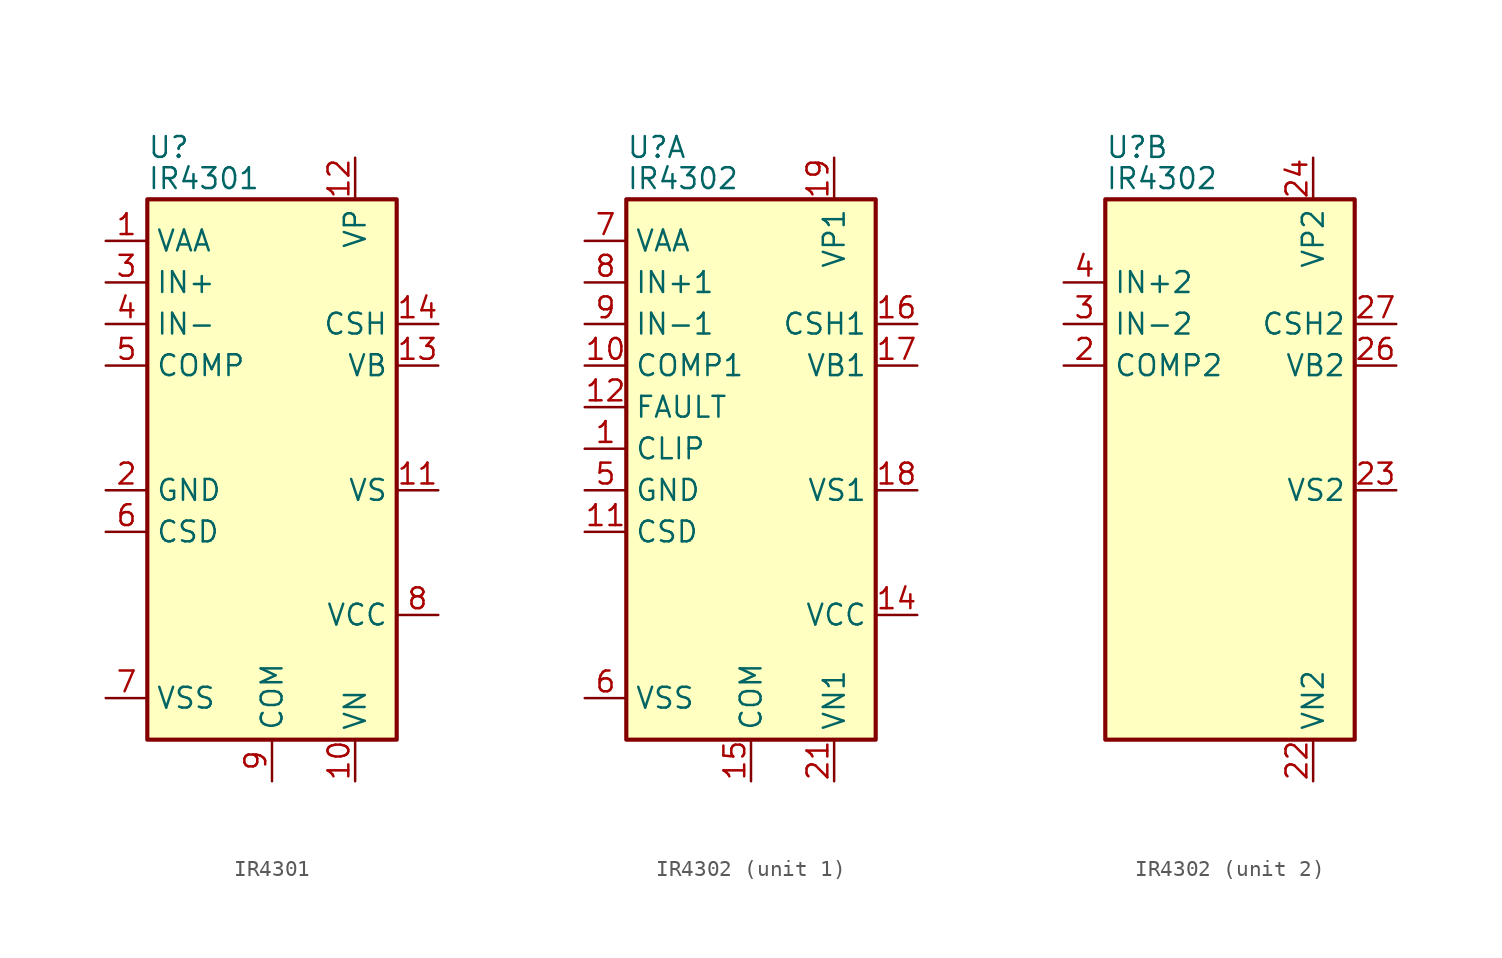
<source format=kicad_sym>
(kicad_symbol_lib
  (version 20200908)
  (generator kicad_symbol_editor)
  (symbol "Amplifier_Audio:IR4301"
    (property "Reference" "U"
      (at -7.62 20.955 0)
      (effects (font (size 1.27 1.27)) (justify left)))
    (property "Value" "IR4301"
      (at -7.62 19.05 0)
      (effects (font (size 1.27 1.27)) (justify left)))
    (symbol "IR4301_0_1"
      (rectangle (start -7.62 -15.24) (end 7.62 17.78) (stroke (width 0.254)) (fill (type background))))
    (symbol "IR4301_1_1"
      (pin power_in line (at -10.16 15.24 0) (length 2.54) (name "VAA" (effects (font (size 1.27 1.27)))) (number "1" (effects (font (size 1.27 1.27)))))
      (pin power_in line (at 5.08 -17.78 90) (length 2.54) (name "VN" (effects (font (size 1.27 1.27)))) (number "10" (effects (font (size 1.27 1.27)))))
      (pin output line (at 10.16 0 180) (length 2.54) (name "VS" (effects (font (size 1.27 1.27)))) (number "11" (effects (font (size 1.27 1.27)))))
      (pin power_in line (at 5.08 20.32 270) (length 2.54) (name "VP" (effects (font (size 1.27 1.27)))) (number "12" (effects (font (size 1.27 1.27)))))
      (pin power_in line (at 10.16 7.62 180) (length 2.54) (name "VB" (effects (font (size 1.27 1.27)))) (number "13" (effects (font (size 1.27 1.27)))))
      (pin passive line (at 10.16 10.16 180) (length 2.54) (name "CSH" (effects (font (size 1.27 1.27)))) (number "14" (effects (font (size 1.27 1.27)))))
      (pin passive line (at 0 -17.78 90) (length 2.54) hide (name "COM" (effects (font (size 1.27 1.27)))) (number "15" (effects (font (size 1.27 1.27)))))
      (pin power_in line (at -10.16 0 0) (length 2.54) (name "GND" (effects (font (size 1.27 1.27)))) (number "2" (effects (font (size 1.27 1.27)))))
      (pin input line (at -10.16 12.7 0) (length 2.54) (name "IN+" (effects (font (size 1.27 1.27)))) (number "3" (effects (font (size 1.27 1.27)))))
      (pin input line (at -10.16 10.16 0) (length 2.54) (name "IN-" (effects (font (size 1.27 1.27)))) (number "4" (effects (font (size 1.27 1.27)))))
      (pin output line (at -10.16 7.62 0) (length 2.54) (name "COMP" (effects (font (size 1.27 1.27)))) (number "5" (effects (font (size 1.27 1.27)))))
      (pin passive line (at -10.16 -2.54 0) (length 2.54) (name "CSD" (effects (font (size 1.27 1.27)))) (number "6" (effects (font (size 1.27 1.27)))))
      (pin power_in line (at -10.16 -12.7 0) (length 2.54) (name "VSS" (effects (font (size 1.27 1.27)))) (number "7" (effects (font (size 1.27 1.27)))))
      (pin power_in line (at 10.16 -7.62 180) (length 2.54) (name "VCC" (effects (font (size 1.27 1.27)))) (number "8" (effects (font (size 1.27 1.27)))))
      (pin power_in line (at 0 -17.78 90) (length 2.54) (name "COM" (effects (font (size 1.27 1.27)))) (number "9" (effects (font (size 1.27 1.27)))))))
  (symbol "Amplifier_Audio:IR4302"
    (property "Reference" "U"
      (at -7.62 20.955 0)
      (effects (font (size 1.27 1.27)) (justify left)))
    (property "Value" "IR4302"
      (at -7.62 19.05 0)
      (effects (font (size 1.27 1.27)) (justify left)))
    (property "ki_locked" ""
      (at 0 0 0)
      (effects (font (size 1.27 1.27))))
    (symbol "IR4302_0_1"
      (rectangle (start -7.62 -15.24) (end 7.62 17.78) (stroke (width 0.254)) (fill (type background))))
    (symbol "IR4302_1_1"
      (pin open_collector line (at -10.16 2.54 0) (length 2.54) (name "CLIP" (effects (font (size 1.27 1.27)))) (number "1" (effects (font (size 1.27 1.27)))))
      (pin output line (at -10.16 7.62 0) (length 2.54) (name "COMP1" (effects (font (size 1.27 1.27)))) (number "10" (effects (font (size 1.27 1.27)))))
      (pin passive line (at -10.16 -2.54 0) (length 2.54) (name "CSD" (effects (font (size 1.27 1.27)))) (number "11" (effects (font (size 1.27 1.27)))))
      (pin open_collector line (at -10.16 5.08 0) (length 2.54) (name "FAULT" (effects (font (size 1.27 1.27)))) (number "12" (effects (font (size 1.27 1.27)))))
      (pin unconnected line (at -7.62 -5.08 0) (length 2.54) hide (name "NC" (effects (font (size 1.27 1.27)))) (number "13" (effects (font (size 1.27 1.27)))))
      (pin power_in line (at 10.16 -7.62 180) (length 2.54) (name "VCC" (effects (font (size 1.27 1.27)))) (number "14" (effects (font (size 1.27 1.27)))))
      (pin power_in line (at 0 -17.78 90) (length 2.54) (name "COM" (effects (font (size 1.27 1.27)))) (number "15" (effects (font (size 1.27 1.27)))))
      (pin passive line (at 10.16 10.16 180) (length 2.54) (name "CSH1" (effects (font (size 1.27 1.27)))) (number "16" (effects (font (size 1.27 1.27)))))
      (pin power_in line (at 10.16 7.62 180) (length 2.54) (name "VB1" (effects (font (size 1.27 1.27)))) (number "17" (effects (font (size 1.27 1.27)))))
      (pin output line (at 10.16 0 180) (length 2.54) (name "VS1" (effects (font (size 1.27 1.27)))) (number "18" (effects (font (size 1.27 1.27)))))
      (pin power_in line (at 5.08 20.32 270) (length 2.54) (name "VP1" (effects (font (size 1.27 1.27)))) (number "19" (effects (font (size 1.27 1.27)))))
      (pin passive line (at 10.16 0 180) (length 2.54) hide (name "VS1" (effects (font (size 1.27 1.27)))) (number "20" (effects (font (size 1.27 1.27)))))
      (pin power_in line (at 5.08 -17.78 90) (length 2.54) (name "VN1" (effects (font (size 1.27 1.27)))) (number "21" (effects (font (size 1.27 1.27)))))
      (pin passive line (at 0 -17.78 90) (length 2.54) hide (name "COM" (effects (font (size 1.27 1.27)))) (number "28" (effects (font (size 1.27 1.27)))))
      (pin unconnected line (at -7.62 -7.62 0) (length 2.54) hide (name "NC" (effects (font (size 1.27 1.27)))) (number "29" (effects (font (size 1.27 1.27)))))
      (pin unconnected line (at -7.62 -10.16 0) (length 2.54) hide (name "NC" (effects (font (size 1.27 1.27)))) (number "30" (effects (font (size 1.27 1.27)))))
      (pin passive line (at 0 -17.78 90) (length 2.54) hide (name "COM" (effects (font (size 1.27 1.27)))) (number "31" (effects (font (size 1.27 1.27)))))
      (pin power_in line (at -10.16 0 0) (length 2.54) (name "GND" (effects (font (size 1.27 1.27)))) (number "5" (effects (font (size 1.27 1.27)))))
      (pin power_in line (at -10.16 -12.7 0) (length 2.54) (name "VSS" (effects (font (size 1.27 1.27)))) (number "6" (effects (font (size 1.27 1.27)))))
      (pin power_in line (at -10.16 15.24 0) (length 2.54) (name "VAA" (effects (font (size 1.27 1.27)))) (number "7" (effects (font (size 1.27 1.27)))))
      (pin input line (at -10.16 12.7 0) (length 2.54) (name "IN+1" (effects (font (size 1.27 1.27)))) (number "8" (effects (font (size 1.27 1.27)))))
      (pin input line (at -10.16 10.16 0) (length 2.54) (name "IN-1" (effects (font (size 1.27 1.27)))) (number "9" (effects (font (size 1.27 1.27))))))
    (symbol "IR4302_2_1"
      (pin output line (at -10.16 7.62 0) (length 2.54) (name "COMP2" (effects (font (size 1.27 1.27)))) (number "2" (effects (font (size 1.27 1.27)))))
      (pin power_in line (at 5.08 -17.78 90) (length 2.54) (name "VN2" (effects (font (size 1.27 1.27)))) (number "22" (effects (font (size 1.27 1.27)))))
      (pin output line (at 10.16 0 180) (length 2.54) (name "VS2" (effects (font (size 1.27 1.27)))) (number "23" (effects (font (size 1.27 1.27)))))
      (pin power_in line (at 5.08 20.32 270) (length 2.54) (name "VP2" (effects (font (size 1.27 1.27)))) (number "24" (effects (font (size 1.27 1.27)))))
      (pin passive line (at 10.16 0 180) (length 2.54) hide (name "VS2" (effects (font (size 1.27 1.27)))) (number "25" (effects (font (size 1.27 1.27)))))
      (pin power_in line (at 10.16 7.62 180) (length 2.54) (name "VB2" (effects (font (size 1.27 1.27)))) (number "26" (effects (font (size 1.27 1.27)))))
      (pin passive line (at 10.16 10.16 180) (length 2.54) (name "CSH2" (effects (font (size 1.27 1.27)))) (number "27" (effects (font (size 1.27 1.27)))))
      (pin input line (at -10.16 10.16 0) (length 2.54) (name "IN-2" (effects (font (size 1.27 1.27)))) (number "3" (effects (font (size 1.27 1.27)))))
      (pin input line (at -10.16 12.7 0) (length 2.54) (name "IN+2" (effects (font (size 1.27 1.27)))) (number "4" (effects (font (size 1.27 1.27))))))))
</source>
